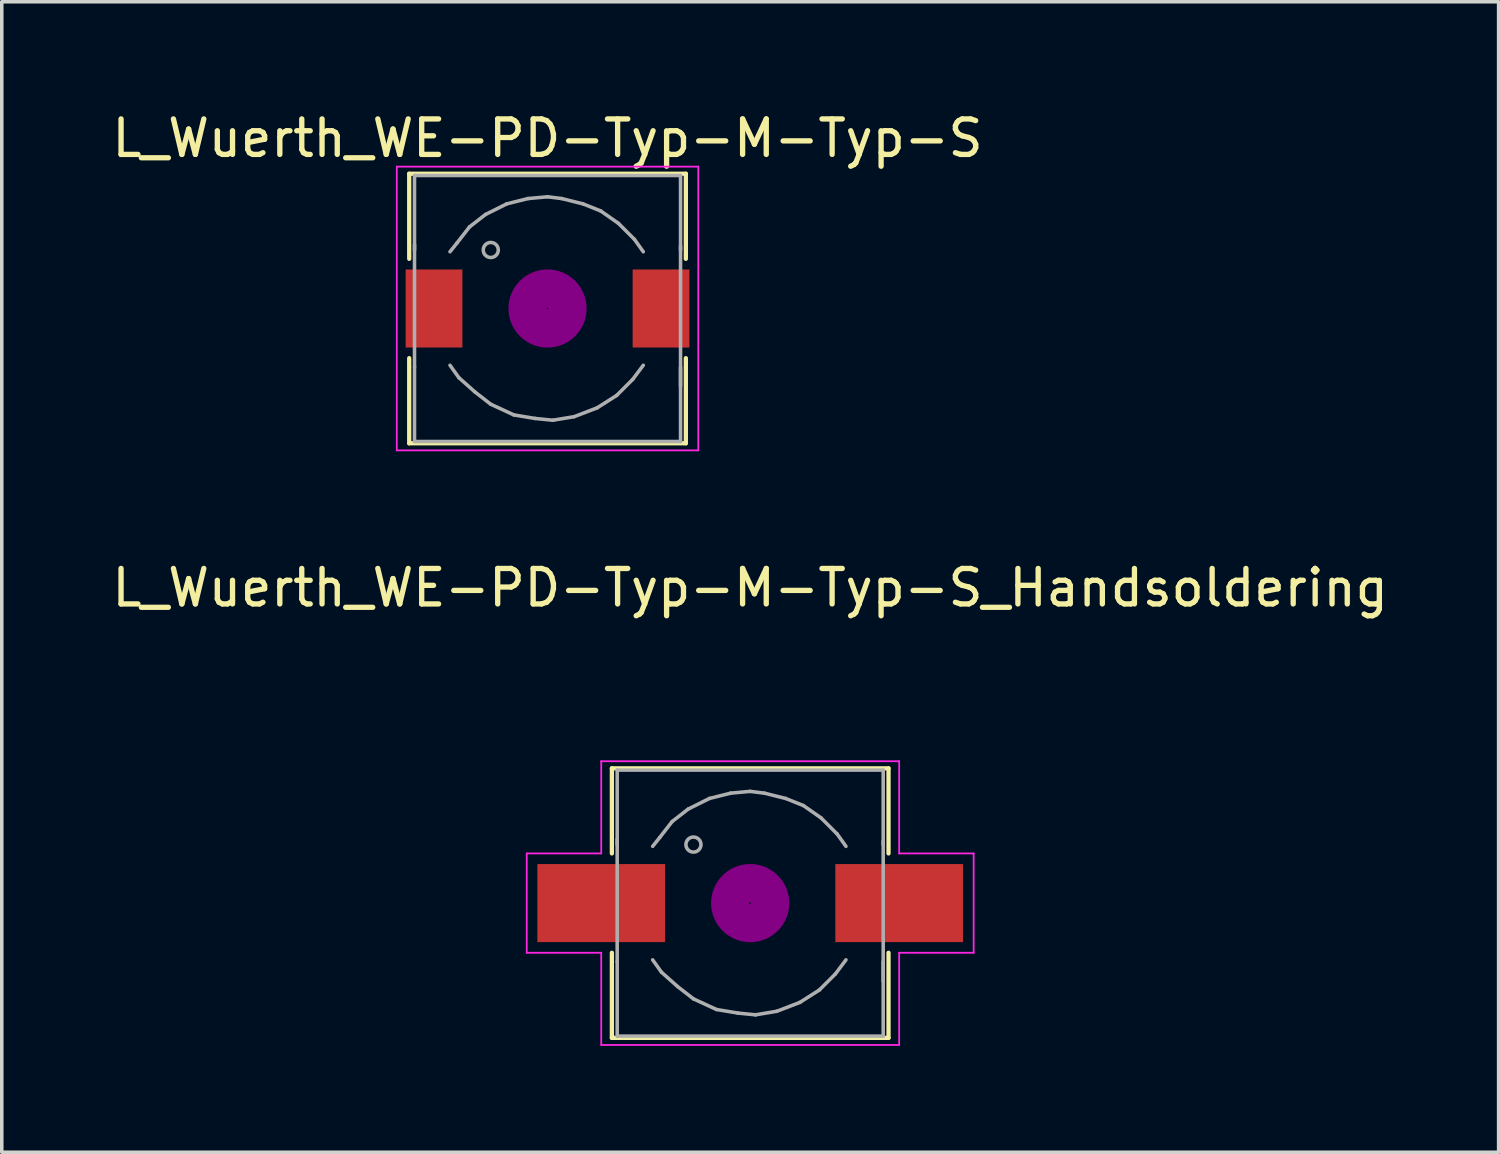
<source format=kicad_pcb>
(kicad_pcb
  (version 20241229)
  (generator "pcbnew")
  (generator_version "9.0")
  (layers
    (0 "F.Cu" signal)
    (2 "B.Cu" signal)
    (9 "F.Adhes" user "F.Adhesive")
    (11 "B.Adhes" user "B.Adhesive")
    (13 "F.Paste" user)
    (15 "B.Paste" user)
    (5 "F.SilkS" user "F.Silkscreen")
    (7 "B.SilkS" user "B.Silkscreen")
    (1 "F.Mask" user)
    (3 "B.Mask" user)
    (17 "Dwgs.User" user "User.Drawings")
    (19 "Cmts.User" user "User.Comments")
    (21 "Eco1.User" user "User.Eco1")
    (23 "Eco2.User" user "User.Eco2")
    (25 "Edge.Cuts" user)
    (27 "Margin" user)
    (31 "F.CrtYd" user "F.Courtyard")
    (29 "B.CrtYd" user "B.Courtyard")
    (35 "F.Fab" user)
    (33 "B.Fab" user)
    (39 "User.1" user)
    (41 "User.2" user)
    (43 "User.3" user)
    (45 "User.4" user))
  (footprint "L_Wuerth_WE-PD-Typ-M-Typ-S_Handsoldering"
    (layer "F.Cu")
    (at 18.101 22.412)
    (property "Reference" "L_Wuerth_WE-PD-Typ-M-Typ-S_Handsoldering" (at 0 -8.89 0) (layer "F.SilkS") (effects (font (size 1 1) (thickness 0.15))))
    (attr smd)
    (fp_line (start -3.9 -1.4) (end -3.9 -3.8) (stroke (width 0.12) (type solid)) (layer "F.SilkS"))
    (fp_line (start -3.9 1.4) (end -3.9 3.8) (stroke (width 0.12) (type solid)) (layer "F.SilkS"))
    (fp_line (start -3.9 3.8) (end 3.9 3.8) (stroke (width 0.12) (type solid)) (layer "F.SilkS"))
    (fp_line (start 3.9 -3.8) (end -3.9 -3.8) (stroke (width 0.12) (type solid)) (layer "F.SilkS"))
    (fp_line (start 3.9 -1.4) (end 3.9 -3.8) (stroke (width 0.12) (type solid)) (layer "F.SilkS"))
    (fp_line (start 3.9 3.8) (end 3.9 1.4) (stroke (width 0.12) (type solid)) (layer "F.SilkS"))
    (fp_circle (center 0 0) (end 0.15 0.15) (stroke (width 0.38) (type solid)) (fill no) (layer "F.Adhes"))
    (fp_circle (center 0 0) (end 0.55 0.05) (stroke (width 0.38) (type solid)) (fill no) (layer "F.Adhes"))
    (fp_circle (center 0 0) (end 0.9 0.15) (stroke (width 0.38) (type solid)) (fill no) (layer "F.Adhes"))
    (fp_line (start -6.3 -1.4) (end -6.3 1.4) (stroke (width 0.05) (type solid)) (layer "F.CrtYd"))
    (fp_line (start -6.3 1.4) (end -4.2 1.4) (stroke (width 0.05) (type solid)) (layer "F.CrtYd"))
    (fp_line (start -4.2 -4) (end -4.2 -1.4) (stroke (width 0.05) (type solid)) (layer "F.CrtYd"))
    (fp_line (start -4.2 -1.4) (end -6.3 -1.4) (stroke (width 0.05) (type solid)) (layer "F.CrtYd"))
    (fp_line (start -4.2 1.4) (end -4.2 4) (stroke (width 0.05) (type solid)) (layer "F.CrtYd"))
    (fp_line (start -4.2 4) (end 4.2 4) (stroke (width 0.05) (type solid)) (layer "F.CrtYd"))
    (fp_line (start 4.2 -4) (end -4.2 -4) (stroke (width 0.05) (type solid)) (layer "F.CrtYd"))
    (fp_line (start 4.2 -1.4) (end 4.2 -4) (stroke (width 0.05) (type solid)) (layer "F.CrtYd"))
    (fp_line (start 4.2 1.4) (end 6.3 1.4) (stroke (width 0.05) (type solid)) (layer "F.CrtYd"))
    (fp_line (start 4.2 4) (end 4.2 1.4) (stroke (width 0.05) (type solid)) (layer "F.CrtYd"))
    (fp_line (start 6.3 -1.4) (end 4.2 -1.4) (stroke (width 0.05) (type solid)) (layer "F.CrtYd"))
    (fp_line (start 6.3 1.4) (end 6.3 -1.4) (stroke (width 0.05) (type solid)) (layer "F.CrtYd"))
    (fp_line (start -3.75 -3.75) (end -3.75 -1.65) (stroke (width 0.1) (type solid)) (layer "F.Fab"))
    (fp_line (start -3.75 1.65) (end -3.75 -1.8) (stroke (width 0.1) (type solid)) (layer "F.Fab"))
    (fp_line (start -3.75 1.65) (end -3.75 3.75) (stroke (width 0.1) (type solid)) (layer "F.Fab"))
    (fp_line (start -3.75 3.75) (end 3.75 3.75) (stroke (width 0.1) (type solid)) (layer "F.Fab"))
    (fp_line (start -2.75 1.6) (end -2.5 1.95) (stroke (width 0.1) (type solid)) (layer "F.Fab"))
    (fp_line (start -2.55 -1.85) (end -2.75 -1.6) (stroke (width 0.1) (type solid)) (layer "F.Fab"))
    (fp_line (start -2.5 1.95) (end -2.05 2.35) (stroke (width 0.1) (type solid)) (layer "F.Fab"))
    (fp_line (start -2.2 -2.3) (end -2.55 -1.85) (stroke (width 0.1) (type solid)) (layer "F.Fab"))
    (fp_line (start -2.05 2.35) (end -1.6 2.7) (stroke (width 0.1) (type solid)) (layer "F.Fab"))
    (fp_line (start -1.75 -2.65) (end -2.2 -2.3) (stroke (width 0.1) (type solid)) (layer "F.Fab"))
    (fp_line (start -1.6 2.7) (end -0.95 3) (stroke (width 0.1) (type solid)) (layer "F.Fab"))
    (fp_line (start -1.15 -2.95) (end -1.75 -2.65) (stroke (width 0.1) (type solid)) (layer "F.Fab"))
    (fp_line (start -0.95 3) (end -0.35 3.1) (stroke (width 0.1) (type solid)) (layer "F.Fab"))
    (fp_line (start -0.55 -3.1) (end -1.15 -2.95) (stroke (width 0.1) (type solid)) (layer "F.Fab"))
    (fp_line (start -0.35 3.1) (end 0.15 3.15) (stroke (width 0.1) (type solid)) (layer "F.Fab"))
    (fp_line (start 0 -3.15) (end -0.55 -3.1) (stroke (width 0.1) (type solid)) (layer "F.Fab"))
    (fp_line (start 0.15 3.15) (end 0.75 3.05) (stroke (width 0.1) (type solid)) (layer "F.Fab"))
    (fp_line (start 0.4 -3.1) (end 0 -3.15) (stroke (width 0.1) (type solid)) (layer "F.Fab"))
    (fp_line (start 0.75 3.05) (end 1.4 2.8) (stroke (width 0.1) (type solid)) (layer "F.Fab"))
    (fp_line (start 1 -2.95) (end 0.4 -3.1) (stroke (width 0.1) (type solid)) (layer "F.Fab"))
    (fp_line (start 1.4 2.8) (end 1.95 2.45) (stroke (width 0.1) (type solid)) (layer "F.Fab"))
    (fp_line (start 1.5 -2.75) (end 1 -2.95) (stroke (width 0.1) (type solid)) (layer "F.Fab"))
    (fp_line (start 1.95 2.45) (end 2.4 2) (stroke (width 0.1) (type solid)) (layer "F.Fab"))
    (fp_line (start 2 -2.4) (end 1.5 -2.75) (stroke (width 0.1) (type solid)) (layer "F.Fab"))
    (fp_line (start 2.4 2) (end 2.7 1.6) (stroke (width 0.1) (type solid)) (layer "F.Fab"))
    (fp_line (start 2.45 -1.95) (end 2 -2.4) (stroke (width 0.1) (type solid)) (layer "F.Fab"))
    (fp_line (start 2.7 -1.6) (end 2.45 -1.95) (stroke (width 0.1) (type solid)) (layer "F.Fab"))
    (fp_line (start 3.75 -3.75) (end -3.75 -3.75) (stroke (width 0.1) (type solid)) (layer "F.Fab"))
    (fp_line (start 3.75 -3.75) (end 3.75 -1.65) (stroke (width 0.1) (type solid)) (layer "F.Fab"))
    (fp_line (start 3.75 -1.75) (end 3.75 2.2) (stroke (width 0.1) (type solid)) (layer "F.Fab"))
    (fp_line (start 3.75 3.75) (end 3.75 1.65) (stroke (width 0.1) (type solid)) (layer "F.Fab"))
    (fp_circle (center -1.6 -1.65) (end -1.45 -1.5) (stroke (width 0.1) (type solid)) (fill no) (layer "F.Fab"))
    (pad "1" smd rect (at -4.2 0) (size 3.6 2.2) (layers "F.Cu" "F.Mask" "F.Paste"))
    (pad "2" smd rect (at 4.2 0) (size 3.6 2.2) (layers "F.Cu" "F.Mask" "F.Paste")))
  (footprint "L_Wuerth_WE-PD-Typ-M-Typ-S"
    (layer "F.Cu")
    (at 12.387 5.648)
    (property "Reference" "L_Wuerth_WE-PD-Typ-M-Typ-S" (at 0 -4.8 0) (layer "F.SilkS") (effects (font (size 1 1) (thickness 0.15))))
    (attr smd)
    (fp_line (start -3.9 -1.4) (end -3.9 -3.8) (stroke (width 0.12) (type solid)) (layer "F.SilkS"))
    (fp_line (start -3.9 1.4) (end -3.9 3.8) (stroke (width 0.12) (type solid)) (layer "F.SilkS"))
    (fp_line (start -3.9 3.8) (end 3.9 3.8) (stroke (width 0.12) (type solid)) (layer "F.SilkS"))
    (fp_line (start 3.9 -3.8) (end -3.9 -3.8) (stroke (width 0.12) (type solid)) (layer "F.SilkS"))
    (fp_line (start 3.9 -1.4) (end 3.9 -3.8) (stroke (width 0.12) (type solid)) (layer "F.SilkS"))
    (fp_line (start 3.9 3.8) (end 3.9 1.4) (stroke (width 0.12) (type solid)) (layer "F.SilkS"))
    (fp_circle (center 0 0) (end 0.15 0.15) (stroke (width 0.38) (type solid)) (fill no) (layer "F.Adhes"))
    (fp_circle (center 0 0) (end 0.55 0.05) (stroke (width 0.38) (type solid)) (fill no) (layer "F.Adhes"))
    (fp_circle (center 0 0) (end 0.9 0.15) (stroke (width 0.38) (type solid)) (fill no) (layer "F.Adhes"))
    (fp_line (start -4.25 -4) (end 4.25 -4) (stroke (width 0.05) (type solid)) (layer "F.CrtYd"))
    (fp_line (start -4.25 4) (end -4.25 -4) (stroke (width 0.05) (type solid)) (layer "F.CrtYd"))
    (fp_line (start 4.25 -4) (end 4.25 4) (stroke (width 0.05) (type solid)) (layer "F.CrtYd"))
    (fp_line (start 4.25 4) (end -4.25 4) (stroke (width 0.05) (type solid)) (layer "F.CrtYd"))
    (fp_line (start -3.75 -3.75) (end -3.75 -1.65) (stroke (width 0.1) (type solid)) (layer "F.Fab"))
    (fp_line (start -3.75 1.65) (end -3.75 -1.8) (stroke (width 0.1) (type solid)) (layer "F.Fab"))
    (fp_line (start -3.75 1.65) (end -3.75 3.75) (stroke (width 0.1) (type solid)) (layer "F.Fab"))
    (fp_line (start -3.75 3.75) (end 3.75 3.75) (stroke (width 0.1) (type solid)) (layer "F.Fab"))
    (fp_line (start -2.75 1.6) (end -2.5 1.95) (stroke (width 0.1) (type solid)) (layer "F.Fab"))
    (fp_line (start -2.55 -1.85) (end -2.75 -1.6) (stroke (width 0.1) (type solid)) (layer "F.Fab"))
    (fp_line (start -2.5 1.95) (end -2.05 2.35) (stroke (width 0.1) (type solid)) (layer "F.Fab"))
    (fp_line (start -2.2 -2.3) (end -2.55 -1.85) (stroke (width 0.1) (type solid)) (layer "F.Fab"))
    (fp_line (start -2.05 2.35) (end -1.6 2.7) (stroke (width 0.1) (type solid)) (layer "F.Fab"))
    (fp_line (start -1.75 -2.65) (end -2.2 -2.3) (stroke (width 0.1) (type solid)) (layer "F.Fab"))
    (fp_line (start -1.6 2.7) (end -0.95 3) (stroke (width 0.1) (type solid)) (layer "F.Fab"))
    (fp_line (start -1.15 -2.95) (end -1.75 -2.65) (stroke (width 0.1) (type solid)) (layer "F.Fab"))
    (fp_line (start -0.95 3) (end -0.35 3.1) (stroke (width 0.1) (type solid)) (layer "F.Fab"))
    (fp_line (start -0.55 -3.1) (end -1.15 -2.95) (stroke (width 0.1) (type solid)) (layer "F.Fab"))
    (fp_line (start -0.35 3.1) (end 0.15 3.15) (stroke (width 0.1) (type solid)) (layer "F.Fab"))
    (fp_line (start 0 -3.15) (end -0.55 -3.1) (stroke (width 0.1) (type solid)) (layer "F.Fab"))
    (fp_line (start 0.15 3.15) (end 0.75 3.05) (stroke (width 0.1) (type solid)) (layer "F.Fab"))
    (fp_line (start 0.4 -3.1) (end 0 -3.15) (stroke (width 0.1) (type solid)) (layer "F.Fab"))
    (fp_line (start 0.75 3.05) (end 1.4 2.8) (stroke (width 0.1) (type solid)) (layer "F.Fab"))
    (fp_line (start 1 -2.95) (end 0.4 -3.1) (stroke (width 0.1) (type solid)) (layer "F.Fab"))
    (fp_line (start 1.4 2.8) (end 1.95 2.45) (stroke (width 0.1) (type solid)) (layer "F.Fab"))
    (fp_line (start 1.5 -2.75) (end 1 -2.95) (stroke (width 0.1) (type solid)) (layer "F.Fab"))
    (fp_line (start 1.95 2.45) (end 2.4 2) (stroke (width 0.1) (type solid)) (layer "F.Fab"))
    (fp_line (start 2 -2.4) (end 1.5 -2.75) (stroke (width 0.1) (type solid)) (layer "F.Fab"))
    (fp_line (start 2.4 2) (end 2.7 1.6) (stroke (width 0.1) (type solid)) (layer "F.Fab"))
    (fp_line (start 2.45 -1.95) (end 2 -2.4) (stroke (width 0.1) (type solid)) (layer "F.Fab"))
    (fp_line (start 2.7 -1.6) (end 2.45 -1.95) (stroke (width 0.1) (type solid)) (layer "F.Fab"))
    (fp_line (start 3.75 -3.75) (end -3.75 -3.75) (stroke (width 0.1) (type solid)) (layer "F.Fab"))
    (fp_line (start 3.75 -3.75) (end 3.75 -1.65) (stroke (width 0.1) (type solid)) (layer "F.Fab"))
    (fp_line (start 3.75 -1.75) (end 3.75 2.2) (stroke (width 0.1) (type solid)) (layer "F.Fab"))
    (fp_line (start 3.75 3.75) (end 3.75 1.65) (stroke (width 0.1) (type solid)) (layer "F.Fab"))
    (fp_circle (center -1.6 -1.65) (end -1.45 -1.5) (stroke (width 0.1) (type solid)) (fill no) (layer "F.Fab"))
    (pad "1" smd rect (at -3.2 0) (size 1.6 2.2) (layers "F.Cu" "F.Mask" "F.Paste"))
    (pad "2" smd rect (at 3.2 0) (size 1.6 2.2) (layers "F.Cu" "F.Mask" "F.Paste")))
  (gr_rect
    (start -3 -3)
    (end 39.202 29.436)
    (stroke (width 0.1) (type default))
    (fill no)
    (layer "Edge.Cuts")))
</source>
